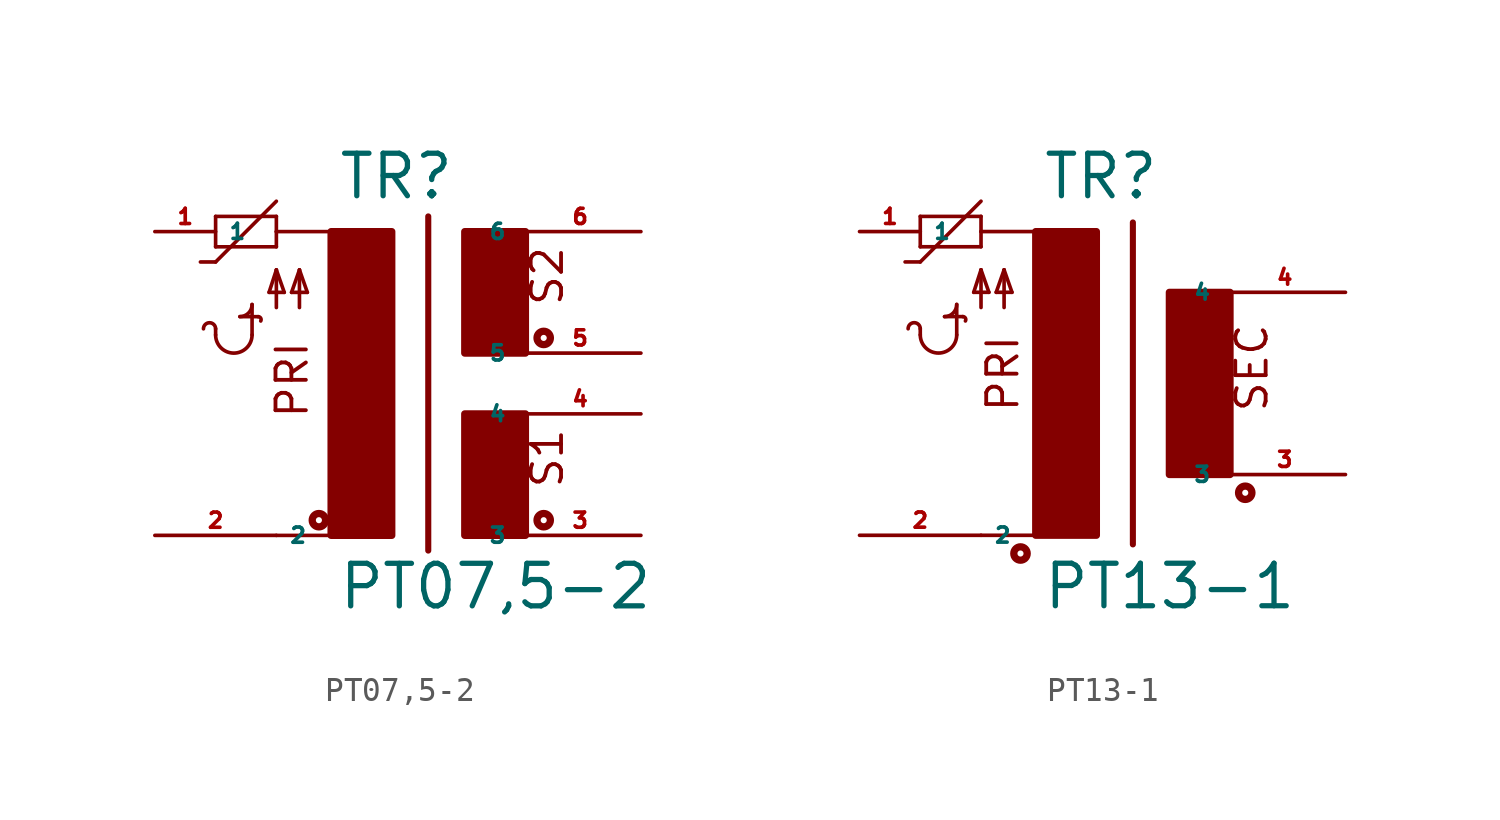
<source format=kicad_sym>
(kicad_symbol_lib
  (version 20220914)
  (generator Eagle2Kicad)
  (symbol "PT07,5-2"
    (property "Reference" "TR"
      (at -2.54 6.35 0)
      (effects (font (size 1.778 1.778) (thickness 0.22)) (justify left bottom)))
    (property "Value" "PT07,5-2"
      (at -2.54 -10.795 0)
      (effects (font (size 1.778 1.778) (thickness 0.22)) (justify left bottom)))
    (polyline
      (pts (xy -5.08 5.08) (xy -2.54 5.08))
      (stroke (width 0.152) (type default))
      (fill (type none)))
    (polyline
      (pts (xy 1.27 5.715) (xy 1.27 -8.255))
      (stroke (width 0.254) (type default))
      (fill (type none)))
    (polyline
      (pts (xy -2.54 -7.62) (xy -5.08 -7.62))
      (stroke (width 0.152) (type default))
      (fill (type none)))
    (polyline
      (pts (xy -7.62 5.715) (xy -7.62 4.445))
      (stroke (width 0.152) (type default))
      (fill (type none)))
    (polyline
      (pts (xy -7.62 4.445) (xy -5.08 4.445))
      (stroke (width 0.152) (type default))
      (fill (type none)))
    (polyline
      (pts (xy -5.08 4.445) (xy -5.08 5.08))
      (stroke (width 0.152) (type default))
      (fill (type none)))
    (polyline
      (pts (xy -5.08 5.08) (xy -5.08 5.715))
      (stroke (width 0.152) (type default))
      (fill (type none)))
    (polyline
      (pts (xy -5.08 5.715) (xy -7.62 5.715))
      (stroke (width 0.152) (type default))
      (fill (type none)))
    (polyline
      (pts (xy -8.255 3.81) (xy -7.62 3.81))
      (stroke (width 0.152) (type default))
      (fill (type none)))
    (polyline
      (pts (xy -7.62 3.81) (xy -5.08 6.35))
      (stroke (width 0.152) (type default))
      (fill (type none)))
    (polyline
      (pts (xy -5.08 1.905) (xy -5.08 3.48))
      (stroke (width 0.152) (type default))
      (fill (type none)))
    (polyline
      (pts (xy -4.115 1.905) (xy -4.115 3.48))
      (stroke (width 0.152) (type default))
      (fill (type none)))
    (polyline
      (pts (xy -5.08 3.48) (xy -5.385 2.54))
      (stroke (width 0.152) (type default))
      (fill (type none)))
    (polyline
      (pts (xy -5.385 2.54) (xy -4.75 2.54))
      (stroke (width 0.152) (type default))
      (fill (type none)))
    (polyline
      (pts (xy -4.115 3.48) (xy -4.445 2.54))
      (stroke (width 0.152) (type default))
      (fill (type none)))
    (polyline
      (pts (xy -4.445 2.54) (xy -3.785 2.54))
      (stroke (width 0.152) (type default))
      (fill (type none)))
    (polyline
      (pts (xy -3.785 2.54) (xy -4.115 3.48))
      (stroke (width 0.152) (type default))
      (fill (type none)))
    (polyline
      (pts (xy -4.75 2.54) (xy -5.08 3.48))
      (stroke (width 0.152) (type default))
      (fill (type none)))
    (arc
      (start -7.62 0.762)
      (mid -6.858 0.000)
      (end -6.096 0.762)
      (stroke (width 0.1524) (type default))
      (fill (type none)))
    (arc
      (start -7.62 1.016)
      (mid -7.874 1.270)
      (end -8.128 1.016)
      (stroke (width 0.1524) (type default))
      (fill (type none)))
    (polyline
      (pts (xy -7.62 0.762) (xy -7.62 1.016))
      (stroke (width 0.152) (type default))
      (fill (type none)))
    (polyline
      (pts (xy -6.096 0.762) (xy -6.096 2.032))
      (stroke (width 0.152) (type default))
      (fill (type none)))
    (arc
      (start -6.604 1.524)
      (mid -6.245 1.673)
      (end -6.096 2.032)
      (stroke (width 0.1524) (type default))
      (fill (type none)))
    (arc
      (start -5.7284 1.3402)
      (mid -5.734 1.464)
      (end -5.842 1.524)
      (stroke (width 0.1524) (type default))
      (fill (type none)))
    (polyline
      (pts (xy -6.604 1.524) (xy -5.842 1.524))
      (stroke (width 0.152) (type default))
      (fill (type none)))
    (text "PRI"
      (at -3.683 -2.794 900)
      (effects (font (size 1.27 1.27) (thickness 0.16)) (justify left bottom)))
    (text "S2"
      (at 6.985 1.905 900)
      (effects (font (size 1.27 1.27) (thickness 0.16)) (justify left bottom)))
    (text "S1"
      (at 6.985 -5.715 900)
      (effects (font (size 1.27 1.27) (thickness 0.16)) (justify left bottom)))
    (circle
      (center -3.302 -6.985)
      (radius 0.127)
      (stroke (width 0.305) (type default))
      (fill (type none)))
    (circle
      (center 6.096 -6.985)
      (radius 0.127)
      (stroke (width 0.305) (type default))
      (fill (type none)))
    (circle
      (center 6.096 0.635)
      (radius 0.127)
      (stroke (width 0.305) (type default))
      (fill (type none)))
    (rectangle
      (start -2.794 -7.62)
      (end -0.254 5.08)
      (stroke (width 0.3) (type default))
      (fill (type outline)))
    (rectangle
      (start 2.794 0)
      (end 5.334 5.08)
      (stroke (width 0.3) (type default))
      (fill (type outline)))
    (rectangle
      (start 2.794 -7.62)
      (end 5.334 -2.54)
      (stroke (width 0.3) (type default))
      (fill (type outline)))
    (pin passive line
      (at -10.16 5.08 0)
      (length 2.54)
      (name "1" (effects (font (size 0.635 0.635) (thickness 0.08)) (justify left bottom)))
      (number "1" (effects (font (size 0.635 0.635) (thickness 0.08)) (justify left bottom))))
    (pin passive line
      (at -10.16 -7.62 0)
      (length 5.08)
      (name "2" (effects (font (size 0.635 0.635) (thickness 0.08)) (justify left bottom)))
      (number "2" (effects (font (size 0.635 0.635) (thickness 0.08)) (justify left bottom))))
    (pin passive line
      (at 10.16 -7.62 180)
      (length 5.08)
      (name "3" (effects (font (size 0.635 0.635) (thickness 0.08)) (justify left bottom)))
      (number "3" (effects (font (size 0.635 0.635) (thickness 0.08)) (justify left bottom))))
    (pin passive line
      (at 10.16 -2.54 180)
      (length 5.08)
      (name "4" (effects (font (size 0.635 0.635) (thickness 0.08)) (justify left bottom)))
      (number "4" (effects (font (size 0.635 0.635) (thickness 0.08)) (justify left bottom))))
    (pin passive line
      (at 10.16 0 180)
      (length 5.08)
      (name "5" (effects (font (size 0.635 0.635) (thickness 0.08)) (justify left bottom)))
      (number "5" (effects (font (size 0.635 0.635) (thickness 0.08)) (justify left bottom))))
    (pin passive line
      (at 10.16 5.08 180)
      (length 5.08)
      (name "6" (effects (font (size 0.635 0.635) (thickness 0.08)) (justify left bottom)))
      (number "6" (effects (font (size 0.635 0.635) (thickness 0.08)) (justify left bottom)))))
  (symbol "PT13-1"
    (property "Reference" "TR"
      (at -2.54 6.35 0)
      (effects (font (size 1.778 1.778) (thickness 0.22)) (justify left bottom)))
    (property "Value" "PT13-1"
      (at -2.54 -10.795 0)
      (effects (font (size 1.778 1.778) (thickness 0.22)) (justify left bottom)))
    (polyline
      (pts (xy -5.08 5.08) (xy -2.54 5.08))
      (stroke (width 0.152) (type default))
      (fill (type none)))
    (polyline
      (pts (xy 1.27 5.461) (xy 1.27 -8.001))
      (stroke (width 0.254) (type default))
      (fill (type none)))
    (polyline
      (pts (xy -7.62 5.715) (xy -7.62 4.445))
      (stroke (width 0.152) (type default))
      (fill (type none)))
    (polyline
      (pts (xy -7.62 4.445) (xy -5.08 4.445))
      (stroke (width 0.152) (type default))
      (fill (type none)))
    (polyline
      (pts (xy -5.08 4.445) (xy -5.08 5.08))
      (stroke (width 0.152) (type default))
      (fill (type none)))
    (polyline
      (pts (xy -5.08 5.08) (xy -5.08 5.715))
      (stroke (width 0.152) (type default))
      (fill (type none)))
    (polyline
      (pts (xy -5.08 5.715) (xy -7.62 5.715))
      (stroke (width 0.152) (type default))
      (fill (type none)))
    (polyline
      (pts (xy -8.255 3.81) (xy -7.62 3.81))
      (stroke (width 0.152) (type default))
      (fill (type none)))
    (polyline
      (pts (xy -7.62 3.81) (xy -5.08 6.35))
      (stroke (width 0.152) (type default))
      (fill (type none)))
    (polyline
      (pts (xy -5.08 1.905) (xy -5.08 3.48))
      (stroke (width 0.152) (type default))
      (fill (type none)))
    (polyline
      (pts (xy -4.115 1.905) (xy -4.115 3.48))
      (stroke (width 0.152) (type default))
      (fill (type none)))
    (polyline
      (pts (xy -5.08 3.48) (xy -5.385 2.54))
      (stroke (width 0.152) (type default))
      (fill (type none)))
    (polyline
      (pts (xy -5.385 2.54) (xy -4.75 2.54))
      (stroke (width 0.152) (type default))
      (fill (type none)))
    (polyline
      (pts (xy -4.115 3.48) (xy -4.445 2.54))
      (stroke (width 0.152) (type default))
      (fill (type none)))
    (polyline
      (pts (xy -4.445 2.54) (xy -3.785 2.54))
      (stroke (width 0.152) (type default))
      (fill (type none)))
    (polyline
      (pts (xy -3.785 2.54) (xy -4.115 3.48))
      (stroke (width 0.152) (type default))
      (fill (type none)))
    (polyline
      (pts (xy -4.75 2.54) (xy -5.08 3.48))
      (stroke (width 0.152) (type default))
      (fill (type none)))
    (arc
      (start -7.62 0.762)
      (mid -6.858 0.000)
      (end -6.096 0.762)
      (stroke (width 0.1524) (type default))
      (fill (type none)))
    (arc
      (start -7.62 1.016)
      (mid -7.874 1.270)
      (end -8.128 1.016)
      (stroke (width 0.1524) (type default))
      (fill (type none)))
    (polyline
      (pts (xy -7.62 0.762) (xy -7.62 1.016))
      (stroke (width 0.152) (type default))
      (fill (type none)))
    (polyline
      (pts (xy -6.096 0.762) (xy -6.096 2.032))
      (stroke (width 0.152) (type default))
      (fill (type none)))
    (arc
      (start -6.604 1.524)
      (mid -6.245 1.673)
      (end -6.096 2.032)
      (stroke (width 0.1524) (type default))
      (fill (type none)))
    (arc
      (start -5.7284 1.3402)
      (mid -5.734 1.464)
      (end -5.842 1.524)
      (stroke (width 0.1524) (type default))
      (fill (type none)))
    (polyline
      (pts (xy -6.604 1.524) (xy -5.842 1.524))
      (stroke (width 0.152) (type default))
      (fill (type none)))
    (polyline
      (pts (xy -5.08 -7.62) (xy -2.54 -7.62))
      (stroke (width 0.152) (type default))
      (fill (type none)))
    (text "PRI"
      (at -3.429 -2.54 900)
      (effects (font (size 1.27 1.27) (thickness 0.16)) (justify left bottom)))
    (text "SEC"
      (at 6.985 -2.54 900)
      (effects (font (size 1.27 1.27) (thickness 0.16)) (justify left bottom)))
    (circle
      (center -3.429 -8.382)
      (radius 0.127)
      (stroke (width 0.305) (type default))
      (fill (type none)))
    (circle
      (center 5.969 -5.842)
      (radius 0.127)
      (stroke (width 0.305) (type default))
      (fill (type none)))
    (rectangle
      (start -2.794 -7.62)
      (end -0.254 5.08)
      (stroke (width 0.3) (type default))
      (fill (type outline)))
    (rectangle
      (start 2.794 -5.08)
      (end 5.334 2.54)
      (stroke (width 0.3) (type default))
      (fill (type outline)))
    (pin passive line
      (at -10.16 5.08 0)
      (length 2.54)
      (name "1" (effects (font (size 0.635 0.635) (thickness 0.08)) (justify left bottom)))
      (number "1" (effects (font (size 0.635 0.635) (thickness 0.08)) (justify left bottom))))
    (pin passive line
      (at -10.16 -7.62 0)
      (length 5.08)
      (name "2" (effects (font (size 0.635 0.635) (thickness 0.08)) (justify left bottom)))
      (number "2" (effects (font (size 0.635 0.635) (thickness 0.08)) (justify left bottom))))
    (pin passive line
      (at 10.16 -5.08 180)
      (length 5.08)
      (name "3" (effects (font (size 0.635 0.635) (thickness 0.08)) (justify left bottom)))
      (number "3" (effects (font (size 0.635 0.635) (thickness 0.08)) (justify left bottom))))
    (pin passive line
      (at 10.16 2.54 180)
      (length 5.08)
      (name "4" (effects (font (size 0.635 0.635) (thickness 0.08)) (justify left bottom)))
      (number "4" (effects (font (size 0.635 0.635) (thickness 0.08)) (justify left bottom))))))
</source>
